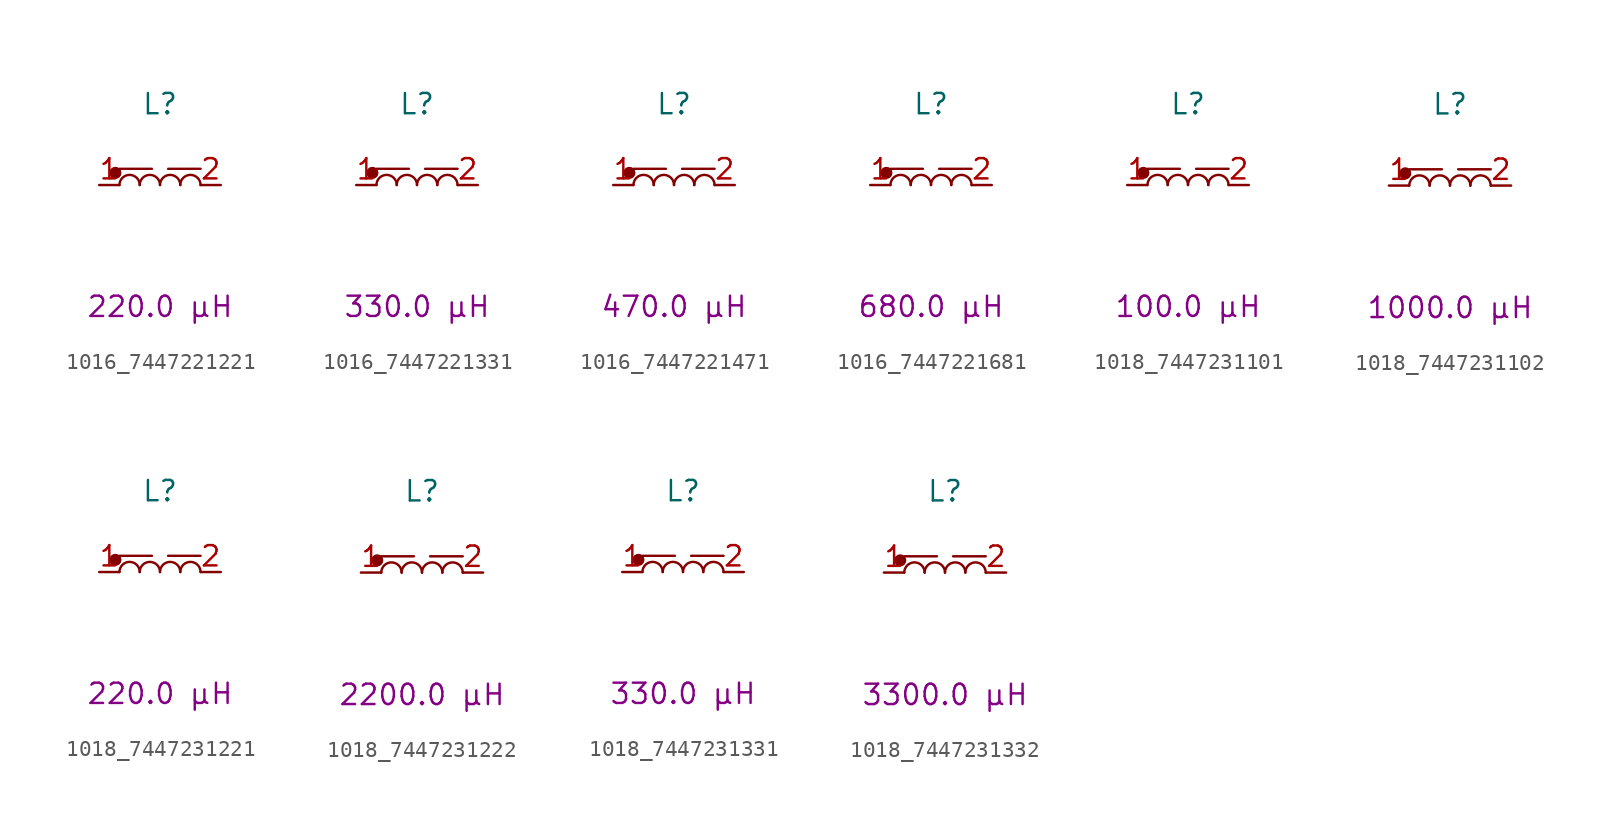
<source format=kicad_sym>
(kicad_symbol_lib
  (version 20220914)
  (generator kicad_symbol_editor)
  (symbol "1016_7447221221"
    (pin_names hide)
    (property "Reference" "L"
      (at 0 5.08 0)
      (effects (font (size 1.27 1.27))))
    (property "Critical Parameter" "220.0 µH"
      (at 0 -7.62 0)
      (effects (font (size 1.27 1.27))))
    (symbol "1016_7447221221_0_1"
      (arc (start -1.27 0) (mid -1.905 0.6323) (end -2.54 0) (stroke (width 0) (type default)) (fill (type none)))
      (arc (start 0 0) (mid -0.635 0.6323) (end -1.27 0) (stroke (width 0) (type default)) (fill (type none)))
      (polyline (pts (xy -2.54 1.016) (xy -0.508 1.016)) (stroke (width 0) (type default)) (fill (type none)))
      (arc (start 1.27 0) (mid 0.635 0.6323) (end 0 0) (stroke (width 0) (type default)) (fill (type none)))
      (arc (start 2.54 0) (mid 1.905 0.6323) (end 1.27 0) (stroke (width 0) (type default)) (fill (type none))))
    (symbol "1016_7447221221_1_1"
      (circle (center -2.794 0.762) (radius 0.0001) (stroke (width 0.381) (type default)) (fill (type none)))
      (polyline (pts (xy 2.54 1.016) (xy 0.508 1.016)) (stroke (width 0) (type default)) (fill (type none)))
      (pin passive line (at -3.81 0 0) (length 1.27) (name "1" (effects (font (size 1.27 1.27)))) (number "1" (effects (font (size 1.27 1.27)))))
      (pin passive line (at 3.81 0 180) (length 1.27) (name "2" (effects (font (size 1.27 1.27)))) (number "2" (effects (font (size 1.27 1.27)))))))
  (symbol "1016_7447221331"
    (pin_names hide)
    (property "Reference" "L"
      (at 0 5.08 0)
      (effects (font (size 1.27 1.27))))
    (property "Critical Parameter" "330.0 µH"
      (at 0 -7.62 0)
      (effects (font (size 1.27 1.27))))
    (symbol "1016_7447221331_0_1"
      (arc (start -1.27 0) (mid -1.905 0.6323) (end -2.54 0) (stroke (width 0) (type default)) (fill (type none)))
      (arc (start 0 0) (mid -0.635 0.6323) (end -1.27 0) (stroke (width 0) (type default)) (fill (type none)))
      (polyline (pts (xy -2.54 1.016) (xy -0.508 1.016)) (stroke (width 0) (type default)) (fill (type none)))
      (arc (start 1.27 0) (mid 0.635 0.6323) (end 0 0) (stroke (width 0) (type default)) (fill (type none)))
      (arc (start 2.54 0) (mid 1.905 0.6323) (end 1.27 0) (stroke (width 0) (type default)) (fill (type none))))
    (symbol "1016_7447221331_1_1"
      (circle (center -2.794 0.762) (radius 0.0001) (stroke (width 0.381) (type default)) (fill (type none)))
      (polyline (pts (xy 2.54 1.016) (xy 0.508 1.016)) (stroke (width 0) (type default)) (fill (type none)))
      (pin passive line (at -3.81 0 0) (length 1.27) (name "1" (effects (font (size 1.27 1.27)))) (number "1" (effects (font (size 1.27 1.27)))))
      (pin passive line (at 3.81 0 180) (length 1.27) (name "2" (effects (font (size 1.27 1.27)))) (number "2" (effects (font (size 1.27 1.27)))))))
  (symbol "1016_7447221471"
    (pin_names hide)
    (property "Reference" "L"
      (at 0 5.08 0)
      (effects (font (size 1.27 1.27))))
    (property "Critical Parameter" "470.0 µH"
      (at 0 -7.62 0)
      (effects (font (size 1.27 1.27))))
    (symbol "1016_7447221471_0_1"
      (arc (start -1.27 0) (mid -1.905 0.6323) (end -2.54 0) (stroke (width 0) (type default)) (fill (type none)))
      (arc (start 0 0) (mid -0.635 0.6323) (end -1.27 0) (stroke (width 0) (type default)) (fill (type none)))
      (polyline (pts (xy -2.54 1.016) (xy -0.508 1.016)) (stroke (width 0) (type default)) (fill (type none)))
      (arc (start 1.27 0) (mid 0.635 0.6323) (end 0 0) (stroke (width 0) (type default)) (fill (type none)))
      (arc (start 2.54 0) (mid 1.905 0.6323) (end 1.27 0) (stroke (width 0) (type default)) (fill (type none))))
    (symbol "1016_7447221471_1_1"
      (circle (center -2.794 0.762) (radius 0.0001) (stroke (width 0.381) (type default)) (fill (type none)))
      (polyline (pts (xy 2.54 1.016) (xy 0.508 1.016)) (stroke (width 0) (type default)) (fill (type none)))
      (pin passive line (at -3.81 0 0) (length 1.27) (name "1" (effects (font (size 1.27 1.27)))) (number "1" (effects (font (size 1.27 1.27)))))
      (pin passive line (at 3.81 0 180) (length 1.27) (name "2" (effects (font (size 1.27 1.27)))) (number "2" (effects (font (size 1.27 1.27)))))))
  (symbol "1016_7447221681"
    (pin_names hide)
    (property "Reference" "L"
      (at 0 5.08 0)
      (effects (font (size 1.27 1.27))))
    (property "Critical Parameter" "680.0 µH"
      (at 0 -7.62 0)
      (effects (font (size 1.27 1.27))))
    (symbol "1016_7447221681_0_1"
      (arc (start -1.27 0) (mid -1.905 0.6323) (end -2.54 0) (stroke (width 0) (type default)) (fill (type none)))
      (arc (start 0 0) (mid -0.635 0.6323) (end -1.27 0) (stroke (width 0) (type default)) (fill (type none)))
      (polyline (pts (xy -2.54 1.016) (xy -0.508 1.016)) (stroke (width 0) (type default)) (fill (type none)))
      (arc (start 1.27 0) (mid 0.635 0.6323) (end 0 0) (stroke (width 0) (type default)) (fill (type none)))
      (arc (start 2.54 0) (mid 1.905 0.6323) (end 1.27 0) (stroke (width 0) (type default)) (fill (type none))))
    (symbol "1016_7447221681_1_1"
      (circle (center -2.794 0.762) (radius 0.0001) (stroke (width 0.381) (type default)) (fill (type none)))
      (polyline (pts (xy 2.54 1.016) (xy 0.508 1.016)) (stroke (width 0) (type default)) (fill (type none)))
      (pin passive line (at -3.81 0 0) (length 1.27) (name "1" (effects (font (size 1.27 1.27)))) (number "1" (effects (font (size 1.27 1.27)))))
      (pin passive line (at 3.81 0 180) (length 1.27) (name "2" (effects (font (size 1.27 1.27)))) (number "2" (effects (font (size 1.27 1.27)))))))
  (symbol "1018_7447231101"
    (pin_names hide)
    (property "Reference" "L"
      (at 0 5.08 0)
      (effects (font (size 1.27 1.27))))
    (property "Critical Parameter" "100.0 µH"
      (at 0 -7.62 0)
      (effects (font (size 1.27 1.27))))
    (symbol "1018_7447231101_0_1"
      (arc (start -1.27 0) (mid -1.905 0.6323) (end -2.54 0) (stroke (width 0) (type default)) (fill (type none)))
      (arc (start 0 0) (mid -0.635 0.6323) (end -1.27 0) (stroke (width 0) (type default)) (fill (type none)))
      (polyline (pts (xy -2.54 1.016) (xy -0.508 1.016)) (stroke (width 0) (type default)) (fill (type none)))
      (arc (start 1.27 0) (mid 0.635 0.6323) (end 0 0) (stroke (width 0) (type default)) (fill (type none)))
      (arc (start 2.54 0) (mid 1.905 0.6323) (end 1.27 0) (stroke (width 0) (type default)) (fill (type none))))
    (symbol "1018_7447231101_1_1"
      (circle (center -2.794 0.762) (radius 0.0001) (stroke (width 0.381) (type default)) (fill (type none)))
      (polyline (pts (xy 2.54 1.016) (xy 0.508 1.016)) (stroke (width 0) (type default)) (fill (type none)))
      (pin passive line (at -3.81 0 0) (length 1.27) (name "1" (effects (font (size 1.27 1.27)))) (number "1" (effects (font (size 1.27 1.27)))))
      (pin passive line (at 3.81 0 180) (length 1.27) (name "2" (effects (font (size 1.27 1.27)))) (number "2" (effects (font (size 1.27 1.27)))))))
  (symbol "1018_7447231102"
    (pin_names hide)
    (property "Reference" "L"
      (at 0 5.08 0)
      (effects (font (size 1.27 1.27))))
    (property "Critical Parameter" "1000.0 µH"
      (at 0 -7.62 0)
      (effects (font (size 1.27 1.27))))
    (symbol "1018_7447231102_0_1"
      (arc (start -1.27 0) (mid -1.905 0.6323) (end -2.54 0) (stroke (width 0) (type default)) (fill (type none)))
      (arc (start 0 0) (mid -0.635 0.6323) (end -1.27 0) (stroke (width 0) (type default)) (fill (type none)))
      (polyline (pts (xy -2.54 1.016) (xy -0.508 1.016)) (stroke (width 0) (type default)) (fill (type none)))
      (arc (start 1.27 0) (mid 0.635 0.6323) (end 0 0) (stroke (width 0) (type default)) (fill (type none)))
      (arc (start 2.54 0) (mid 1.905 0.6323) (end 1.27 0) (stroke (width 0) (type default)) (fill (type none))))
    (symbol "1018_7447231102_1_1"
      (circle (center -2.794 0.762) (radius 0.0001) (stroke (width 0.381) (type default)) (fill (type none)))
      (polyline (pts (xy 2.54 1.016) (xy 0.508 1.016)) (stroke (width 0) (type default)) (fill (type none)))
      (pin passive line (at -3.81 0 0) (length 1.27) (name "1" (effects (font (size 1.27 1.27)))) (number "1" (effects (font (size 1.27 1.27)))))
      (pin passive line (at 3.81 0 180) (length 1.27) (name "2" (effects (font (size 1.27 1.27)))) (number "2" (effects (font (size 1.27 1.27)))))))
  (symbol "1018_7447231221"
    (pin_names hide)
    (property "Reference" "L"
      (at 0 5.08 0)
      (effects (font (size 1.27 1.27))))
    (property "Critical Parameter" "220.0 µH"
      (at 0 -7.62 0)
      (effects (font (size 1.27 1.27))))
    (symbol "1018_7447231221_0_1"
      (arc (start -1.27 0) (mid -1.905 0.6323) (end -2.54 0) (stroke (width 0) (type default)) (fill (type none)))
      (arc (start 0 0) (mid -0.635 0.6323) (end -1.27 0) (stroke (width 0) (type default)) (fill (type none)))
      (polyline (pts (xy -2.54 1.016) (xy -0.508 1.016)) (stroke (width 0) (type default)) (fill (type none)))
      (arc (start 1.27 0) (mid 0.635 0.6323) (end 0 0) (stroke (width 0) (type default)) (fill (type none)))
      (arc (start 2.54 0) (mid 1.905 0.6323) (end 1.27 0) (stroke (width 0) (type default)) (fill (type none))))
    (symbol "1018_7447231221_1_1"
      (circle (center -2.794 0.762) (radius 0.0001) (stroke (width 0.381) (type default)) (fill (type none)))
      (polyline (pts (xy 2.54 1.016) (xy 0.508 1.016)) (stroke (width 0) (type default)) (fill (type none)))
      (pin passive line (at -3.81 0 0) (length 1.27) (name "1" (effects (font (size 1.27 1.27)))) (number "1" (effects (font (size 1.27 1.27)))))
      (pin passive line (at 3.81 0 180) (length 1.27) (name "2" (effects (font (size 1.27 1.27)))) (number "2" (effects (font (size 1.27 1.27)))))))
  (symbol "1018_7447231222"
    (pin_names hide)
    (property "Reference" "L"
      (at 0 5.08 0)
      (effects (font (size 1.27 1.27))))
    (property "Critical Parameter" "2200.0 µH"
      (at 0 -7.62 0)
      (effects (font (size 1.27 1.27))))
    (symbol "1018_7447231222_0_1"
      (arc (start -1.27 0) (mid -1.905 0.6323) (end -2.54 0) (stroke (width 0) (type default)) (fill (type none)))
      (arc (start 0 0) (mid -0.635 0.6323) (end -1.27 0) (stroke (width 0) (type default)) (fill (type none)))
      (polyline (pts (xy -2.54 1.016) (xy -0.508 1.016)) (stroke (width 0) (type default)) (fill (type none)))
      (arc (start 1.27 0) (mid 0.635 0.6323) (end 0 0) (stroke (width 0) (type default)) (fill (type none)))
      (arc (start 2.54 0) (mid 1.905 0.6323) (end 1.27 0) (stroke (width 0) (type default)) (fill (type none))))
    (symbol "1018_7447231222_1_1"
      (circle (center -2.794 0.762) (radius 0.0001) (stroke (width 0.381) (type default)) (fill (type none)))
      (polyline (pts (xy 2.54 1.016) (xy 0.508 1.016)) (stroke (width 0) (type default)) (fill (type none)))
      (pin passive line (at -3.81 0 0) (length 1.27) (name "1" (effects (font (size 1.27 1.27)))) (number "1" (effects (font (size 1.27 1.27)))))
      (pin passive line (at 3.81 0 180) (length 1.27) (name "2" (effects (font (size 1.27 1.27)))) (number "2" (effects (font (size 1.27 1.27)))))))
  (symbol "1018_7447231331"
    (pin_names hide)
    (property "Reference" "L"
      (at 0 5.08 0)
      (effects (font (size 1.27 1.27))))
    (property "Critical Parameter" "330.0 µH"
      (at 0 -7.62 0)
      (effects (font (size 1.27 1.27))))
    (symbol "1018_7447231331_0_1"
      (arc (start -1.27 0) (mid -1.905 0.6323) (end -2.54 0) (stroke (width 0) (type default)) (fill (type none)))
      (arc (start 0 0) (mid -0.635 0.6323) (end -1.27 0) (stroke (width 0) (type default)) (fill (type none)))
      (polyline (pts (xy -2.54 1.016) (xy -0.508 1.016)) (stroke (width 0) (type default)) (fill (type none)))
      (arc (start 1.27 0) (mid 0.635 0.6323) (end 0 0) (stroke (width 0) (type default)) (fill (type none)))
      (arc (start 2.54 0) (mid 1.905 0.6323) (end 1.27 0) (stroke (width 0) (type default)) (fill (type none))))
    (symbol "1018_7447231331_1_1"
      (circle (center -2.794 0.762) (radius 0.0001) (stroke (width 0.381) (type default)) (fill (type none)))
      (polyline (pts (xy 2.54 1.016) (xy 0.508 1.016)) (stroke (width 0) (type default)) (fill (type none)))
      (pin passive line (at -3.81 0 0) (length 1.27) (name "1" (effects (font (size 1.27 1.27)))) (number "1" (effects (font (size 1.27 1.27)))))
      (pin passive line (at 3.81 0 180) (length 1.27) (name "2" (effects (font (size 1.27 1.27)))) (number "2" (effects (font (size 1.27 1.27)))))))
  (symbol "1018_7447231332"
    (pin_names hide)
    (property "Reference" "L"
      (at 0 5.08 0)
      (effects (font (size 1.27 1.27))))
    (property "Critical Parameter" "3300.0 µH"
      (at 0 -7.62 0)
      (effects (font (size 1.27 1.27))))
    (symbol "1018_7447231332_0_1"
      (arc (start -1.27 0) (mid -1.905 0.6323) (end -2.54 0) (stroke (width 0) (type default)) (fill (type none)))
      (arc (start 0 0) (mid -0.635 0.6323) (end -1.27 0) (stroke (width 0) (type default)) (fill (type none)))
      (polyline (pts (xy -2.54 1.016) (xy -0.508 1.016)) (stroke (width 0) (type default)) (fill (type none)))
      (arc (start 1.27 0) (mid 0.635 0.6323) (end 0 0) (stroke (width 0) (type default)) (fill (type none)))
      (arc (start 2.54 0) (mid 1.905 0.6323) (end 1.27 0) (stroke (width 0) (type default)) (fill (type none))))
    (symbol "1018_7447231332_1_1"
      (circle (center -2.794 0.762) (radius 0.0001) (stroke (width 0.381) (type default)) (fill (type none)))
      (polyline (pts (xy 2.54 1.016) (xy 0.508 1.016)) (stroke (width 0) (type default)) (fill (type none)))
      (pin passive line (at -3.81 0 0) (length 1.27) (name "1" (effects (font (size 1.27 1.27)))) (number "1" (effects (font (size 1.27 1.27)))))
      (pin passive line (at 3.81 0 180) (length 1.27) (name "2" (effects (font (size 1.27 1.27)))) (number "2" (effects (font (size 1.27 1.27))))))))
</source>
